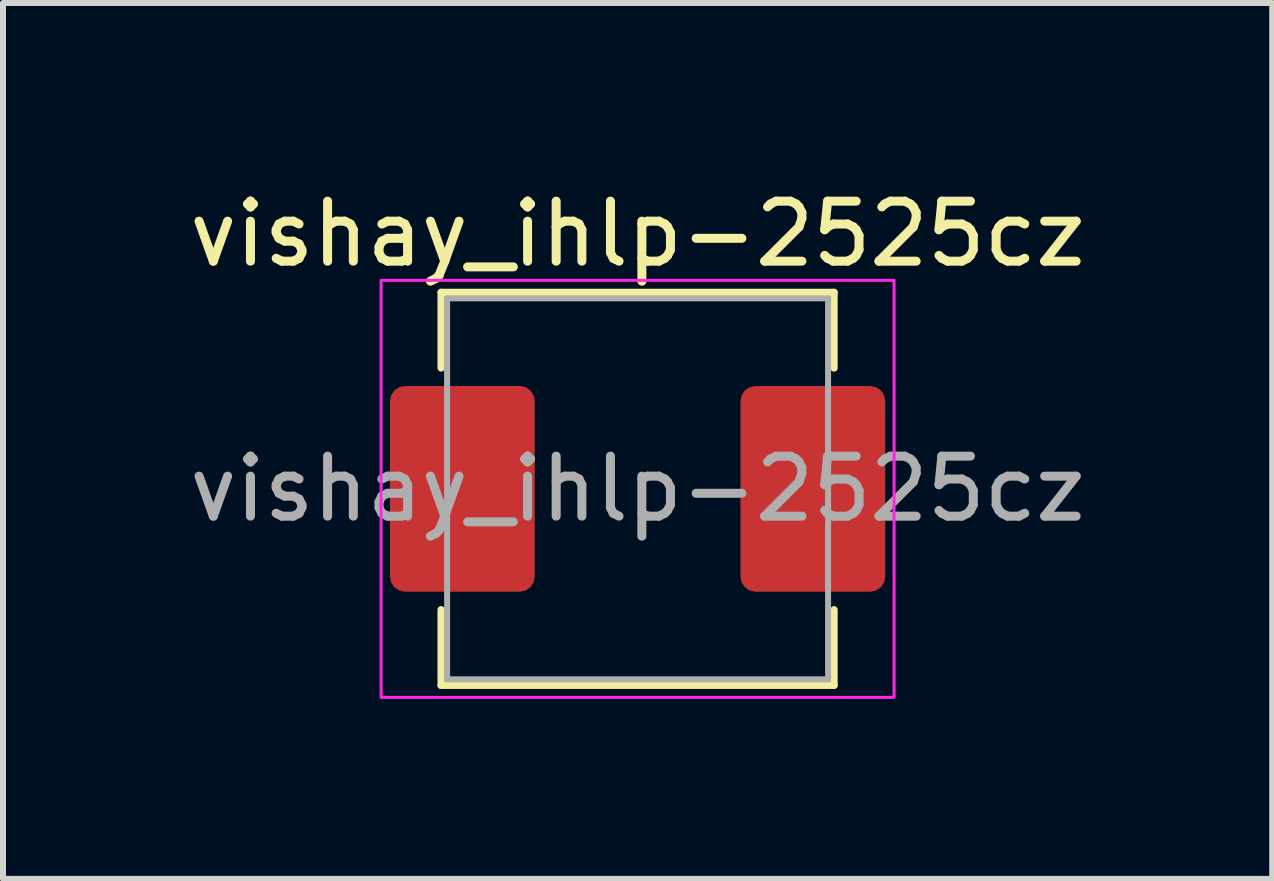
<source format=kicad_pcb>
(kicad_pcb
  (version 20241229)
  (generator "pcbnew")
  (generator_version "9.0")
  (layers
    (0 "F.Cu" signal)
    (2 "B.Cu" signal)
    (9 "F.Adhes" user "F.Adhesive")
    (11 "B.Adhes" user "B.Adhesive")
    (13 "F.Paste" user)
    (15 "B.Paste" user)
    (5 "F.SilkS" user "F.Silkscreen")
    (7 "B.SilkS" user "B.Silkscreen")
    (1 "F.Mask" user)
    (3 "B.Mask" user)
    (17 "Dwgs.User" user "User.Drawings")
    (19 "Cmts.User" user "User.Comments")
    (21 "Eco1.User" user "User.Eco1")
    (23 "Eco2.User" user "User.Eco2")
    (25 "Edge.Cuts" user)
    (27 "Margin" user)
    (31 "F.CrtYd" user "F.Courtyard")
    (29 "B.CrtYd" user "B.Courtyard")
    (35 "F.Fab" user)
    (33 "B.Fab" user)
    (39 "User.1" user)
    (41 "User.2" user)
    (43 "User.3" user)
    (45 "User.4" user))
  (footprint "vishay_ihlp-2525cz"
    (layer "F.Cu")
    (at 7.577 5.098)
    (property "Reference" "vishay_ihlp-2525cz" (at 0 -4.25 0) (unlocked yes) (layer "F.SilkS") (effects (font (size 1 1) (thickness 0.15))))
    (attr smd)
    (fp_line (start -3.275 -3.275) (end 3.275 -3.275) (stroke (width 0.12) (type solid)) (layer "F.SilkS"))
    (fp_line (start -3.275 -2.014) (end -3.275 -3.275) (stroke (width 0.12) (type solid)) (layer "F.SilkS"))
    (fp_line (start -3.275 2.014) (end -3.275 3.275) (stroke (width 0.12) (type solid)) (layer "F.SilkS"))
    (fp_line (start -3.275 3.275) (end 3.275 3.275) (stroke (width 0.12) (type solid)) (layer "F.SilkS"))
    (fp_line (start 3.275 -3.275) (end 3.275 -2.014) (stroke (width 0.12) (type solid)) (layer "F.SilkS"))
    (fp_line (start 3.275 3.275) (end 3.275 2.014) (stroke (width 0.12) (type solid)) (layer "F.SilkS"))
    (fp_rect (start -4.275 -3.475) (end 4.275 3.475) (stroke (width 0.05) (type default)) (fill no) (layer "F.CrtYd"))
    (fp_line (start -3.175 -3.175) (end -3.175 3.175) (stroke (width 0.1) (type solid)) (layer "F.Fab"))
    (fp_line (start -3.175 3.175) (end 3.175 3.175) (stroke (width 0.1) (type solid)) (layer "F.Fab"))
    (fp_line (start 3.175 -3.175) (end -3.175 -3.175) (stroke (width 0.1) (type solid)) (layer "F.Fab"))
    (fp_line (start 3.175 3.175) (end 3.175 -3.175) (stroke (width 0.1) (type solid)) (layer "F.Fab"))
    (fp_text user "${REFERENCE}" (at 0 0 0) (unlocked yes) (layer "F.Fab") (effects (font (size 1 1) (thickness 0.15))))
    (pad "1" smd roundrect (at -2.921 0) (size 2.413 3.429) (layers "F.Cu" "F.Mask" "F.Paste") (roundrect_rratio 0.104))
    (pad "2" smd roundrect (at 2.921 0) (size 2.413 3.429) (layers "F.Cu" "F.Mask" "F.Paste") (roundrect_rratio 0.104)))
  (gr_rect
    (start -3 -3)
    (end 18.155 11.598)
    (stroke (width 0.1) (type default))
    (fill no)
    (layer "Edge.Cuts")))
</source>
